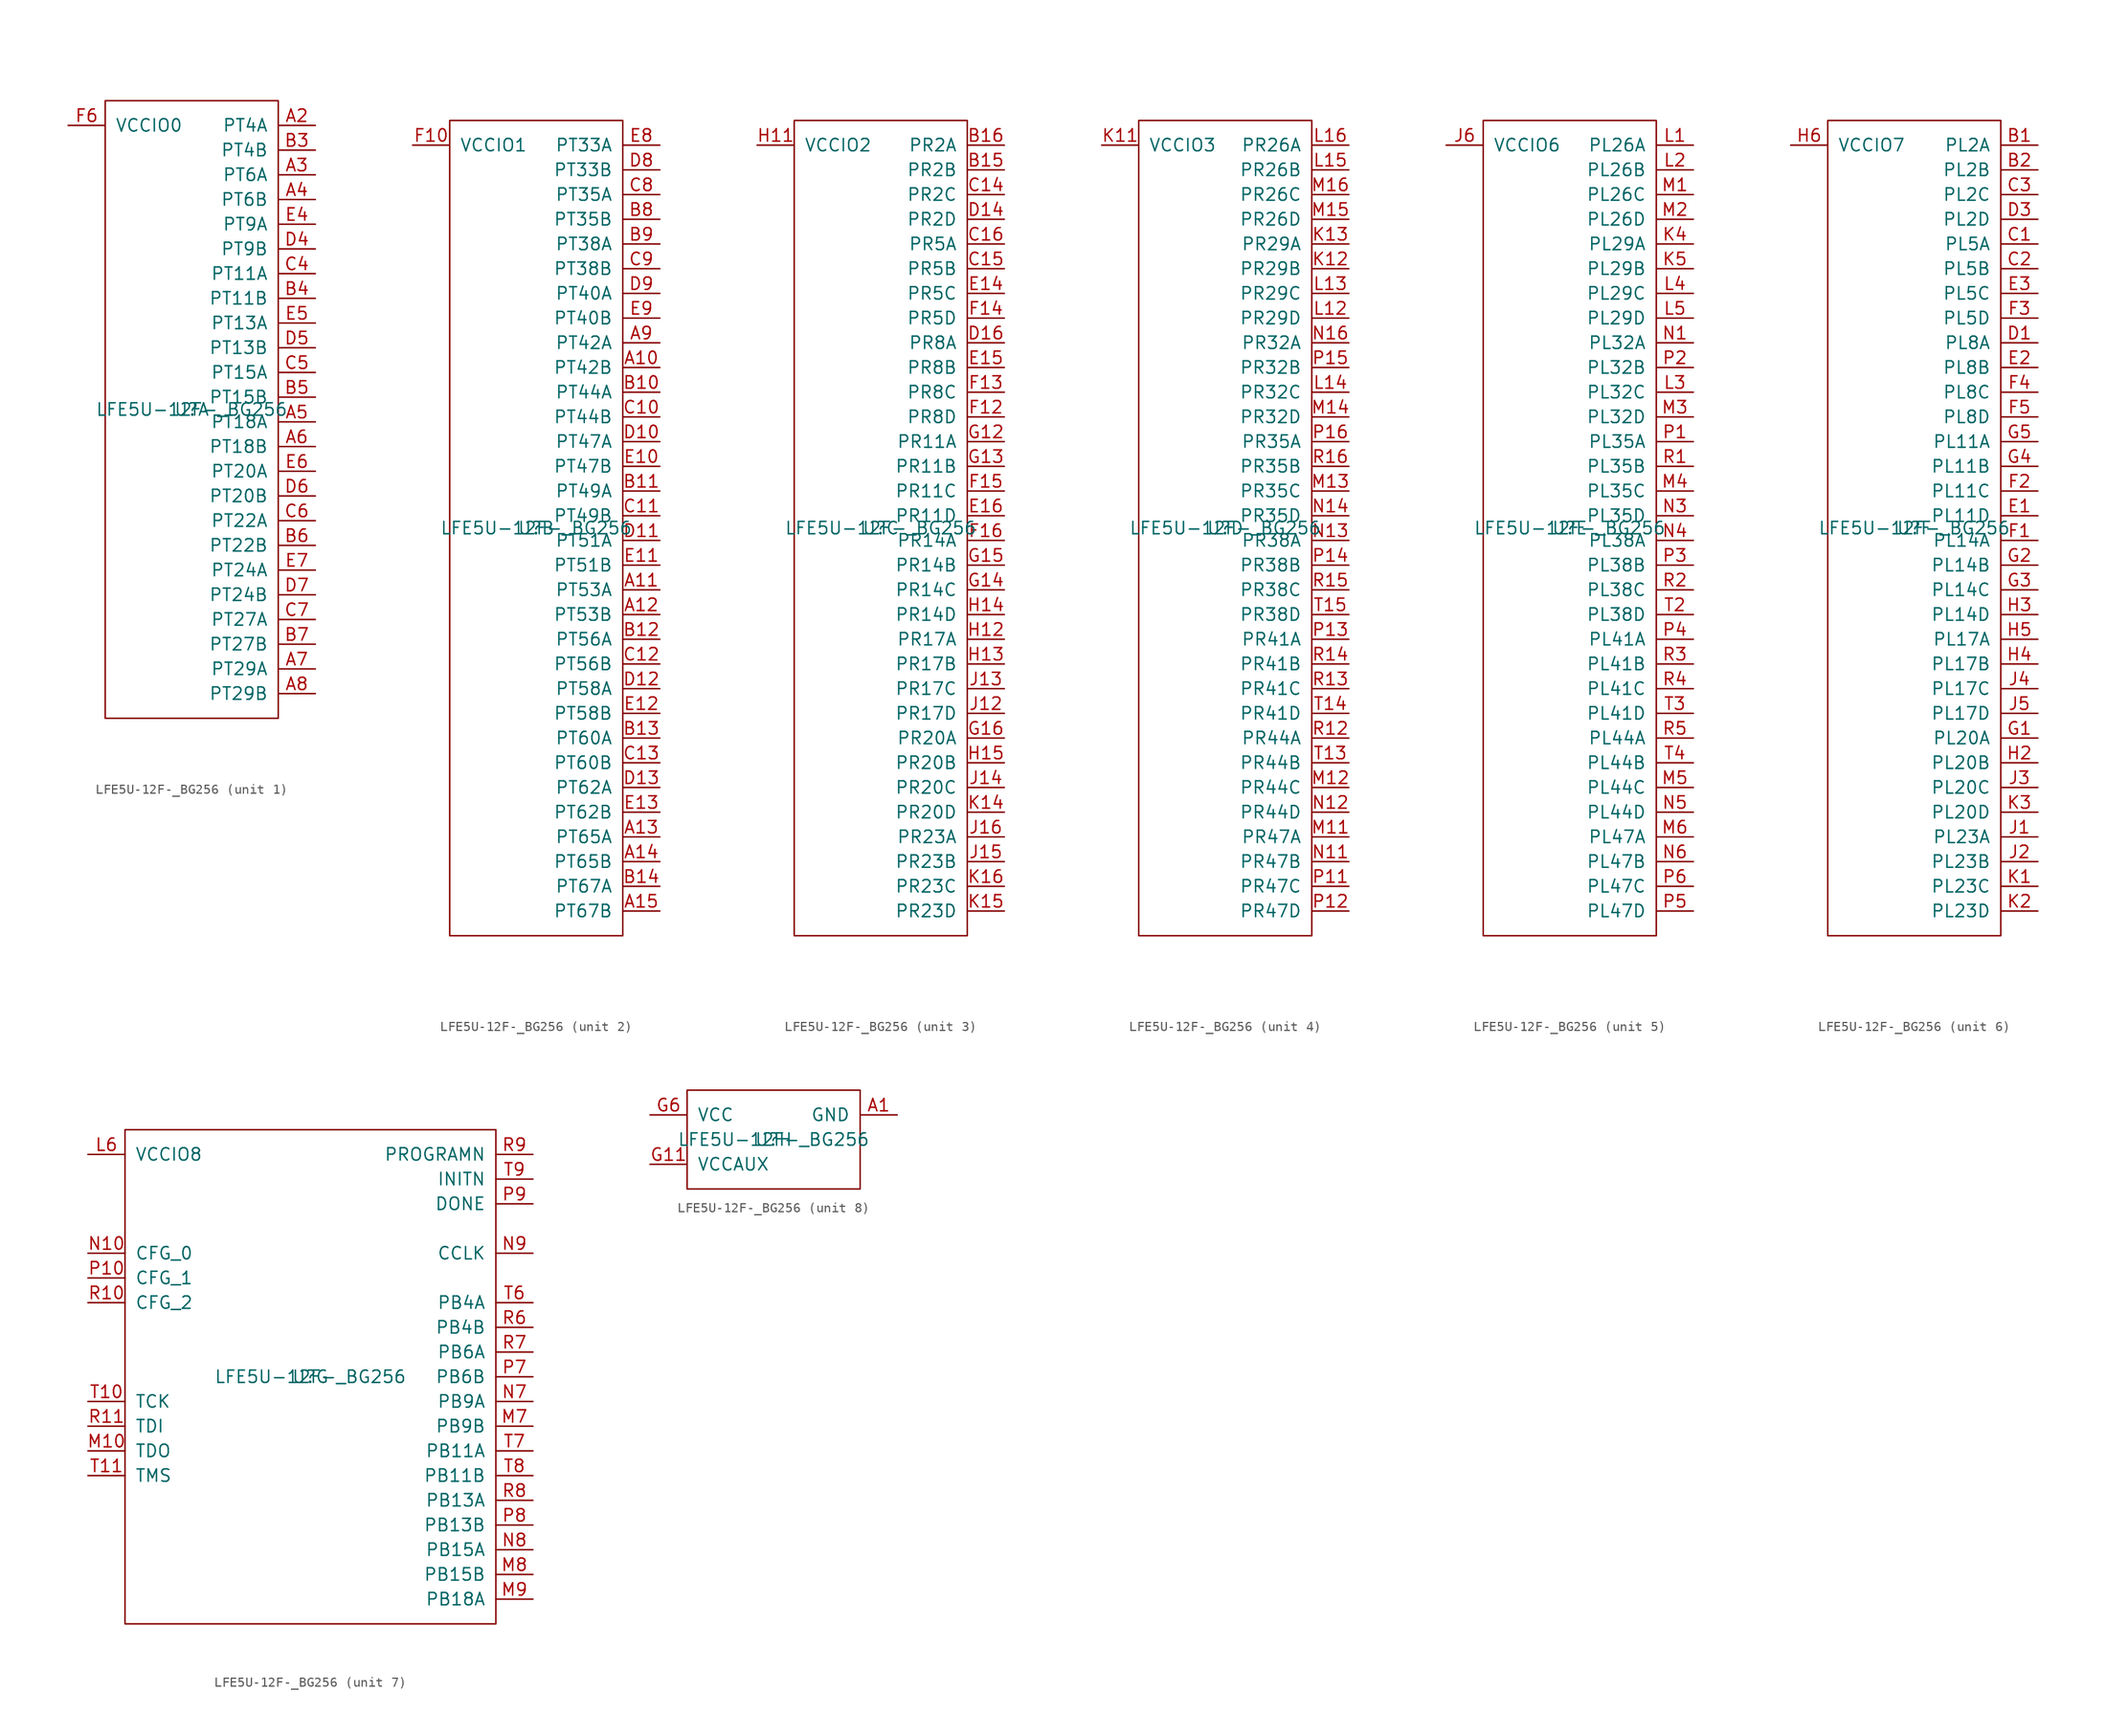
<source format=kicad_sym>
(kicad_symbol_lib
  (version 20201005)
  (generator kicad_symbol_editor)
  (symbol "lattice:LFE5U-12F-_BG256"
    (pin_names
      (offset 1.016))
    (property "Reference" "U"
      (at 0 0 0)
      (effects (font (size 1.27 1.27))))
    (property "Value" "LFE5U-12F-_BG256"
      (at 0 0 0)
      (effects (font (size 1.27 1.27))))
    (property "ki_locked" ""
      (at 0 0 0)
      (effects (font (size 1.27 1.27))))
    (symbol "LFE5U-12F-_BG256_1_1"
      (rectangle (start -8.89 31.75) (end 8.89 -31.75) (stroke (width 0)) (fill (type none)))
      (pin bidirectional line (at 12.7 29.21 180) (length 3.81) (name "PT4A" (effects (font (size 1.27 1.27)))) (number "A2" (effects (font (size 1.27 1.27)))))
      (pin bidirectional line (at 12.7 24.13 180) (length 3.81) (name "PT6A" (effects (font (size 1.27 1.27)))) (number "A3" (effects (font (size 1.27 1.27)))))
      (pin bidirectional line (at 12.7 21.59 180) (length 3.81) (name "PT6B" (effects (font (size 1.27 1.27)))) (number "A4" (effects (font (size 1.27 1.27)))))
      (pin bidirectional line (at 12.7 -1.27 180) (length 3.81) (name "PT18A" (effects (font (size 1.27 1.27)))) (number "A5" (effects (font (size 1.27 1.27)))))
      (pin bidirectional line (at 12.7 -3.81 180) (length 3.81) (name "PT18B" (effects (font (size 1.27 1.27)))) (number "A6" (effects (font (size 1.27 1.27)))))
      (pin bidirectional line (at 12.7 -26.67 180) (length 3.81) (name "PT29A" (effects (font (size 1.27 1.27)))) (number "A7" (effects (font (size 1.27 1.27)))) (alternate "PCLKT0_0" input line))
      (pin bidirectional line (at 12.7 -29.21 180) (length 3.81) (name "PT29B" (effects (font (size 1.27 1.27)))) (number "A8" (effects (font (size 1.27 1.27)))) (alternate "PCLKC0_0" input line))
      (pin bidirectional line (at 12.7 26.67 180) (length 3.81) (name "PT4B" (effects (font (size 1.27 1.27)))) (number "B3" (effects (font (size 1.27 1.27)))))
      (pin bidirectional line (at 12.7 11.43 180) (length 3.81) (name "PT11B" (effects (font (size 1.27 1.27)))) (number "B4" (effects (font (size 1.27 1.27)))))
      (pin bidirectional line (at 12.7 1.27 180) (length 3.81) (name "PT15B" (effects (font (size 1.27 1.27)))) (number "B5" (effects (font (size 1.27 1.27)))))
      (pin bidirectional line (at 12.7 -13.97 180) (length 3.81) (name "PT22B" (effects (font (size 1.27 1.27)))) (number "B6" (effects (font (size 1.27 1.27)))))
      (pin bidirectional line (at 12.7 -24.13 180) (length 3.81) (name "PT27B" (effects (font (size 1.27 1.27)))) (number "B7" (effects (font (size 1.27 1.27)))) (alternate "PCLKC0_1" input line))
      (pin bidirectional line (at 12.7 13.97 180) (length 3.81) (name "PT11A" (effects (font (size 1.27 1.27)))) (number "C4" (effects (font (size 1.27 1.27)))))
      (pin bidirectional line (at 12.7 3.81 180) (length 3.81) (name "PT15A" (effects (font (size 1.27 1.27)))) (number "C5" (effects (font (size 1.27 1.27)))))
      (pin bidirectional line (at 12.7 -11.43 180) (length 3.81) (name "PT22A" (effects (font (size 1.27 1.27)))) (number "C6" (effects (font (size 1.27 1.27)))))
      (pin bidirectional line (at 12.7 -21.59 180) (length 3.81) (name "PT27A" (effects (font (size 1.27 1.27)))) (number "C7" (effects (font (size 1.27 1.27)))) (alternate "PCLKT0_1" input line))
      (pin bidirectional line (at 12.7 16.51 180) (length 3.81) (name "PT9B" (effects (font (size 1.27 1.27)))) (number "D4" (effects (font (size 1.27 1.27)))))
      (pin bidirectional line (at 12.7 6.35 180) (length 3.81) (name "PT13B" (effects (font (size 1.27 1.27)))) (number "D5" (effects (font (size 1.27 1.27)))))
      (pin bidirectional line (at 12.7 -8.89 180) (length 3.81) (name "PT20B" (effects (font (size 1.27 1.27)))) (number "D6" (effects (font (size 1.27 1.27)))))
      (pin bidirectional line (at 12.7 -19.05 180) (length 3.81) (name "PT24B" (effects (font (size 1.27 1.27)))) (number "D7" (effects (font (size 1.27 1.27)))) (alternate "GR_PCLK0_0" input line))
      (pin bidirectional line (at 12.7 19.05 180) (length 3.81) (name "PT9A" (effects (font (size 1.27 1.27)))) (number "E4" (effects (font (size 1.27 1.27)))))
      (pin bidirectional line (at 12.7 8.89 180) (length 3.81) (name "PT13A" (effects (font (size 1.27 1.27)))) (number "E5" (effects (font (size 1.27 1.27)))))
      (pin bidirectional line (at 12.7 -6.35 180) (length 3.81) (name "PT20A" (effects (font (size 1.27 1.27)))) (number "E6" (effects (font (size 1.27 1.27)))))
      (pin bidirectional line (at 12.7 -16.51 180) (length 3.81) (name "PT24A" (effects (font (size 1.27 1.27)))) (number "E7" (effects (font (size 1.27 1.27)))) (alternate "GR_PCLK0_1" input line))
      (pin power_in line (at -12.7 29.21 0) (length 3.81) (name "VCCIO0" (effects (font (size 1.27 1.27)))) (number "F6" (effects (font (size 1.27 1.27)))))
      (pin passive line (at -12.7 29.21 0) (length 3.81) hide (name "VCCIO0" (effects (font (size 1.27 1.27)))) (number "F7" (effects (font (size 1.27 1.27))))))
    (symbol "LFE5U-12F-_BG256_2_1"
      (rectangle (start -8.89 41.91) (end 8.89 -41.91) (stroke (width 0)) (fill (type none)))
      (pin bidirectional line (at 12.7 16.51 180) (length 3.81) (name "PT42B" (effects (font (size 1.27 1.27)))) (number "A10" (effects (font (size 1.27 1.27)))))
      (pin bidirectional line (at 12.7 -6.35 180) (length 3.81) (name "PT53A" (effects (font (size 1.27 1.27)))) (number "A11" (effects (font (size 1.27 1.27)))))
      (pin bidirectional line (at 12.7 -8.89 180) (length 3.81) (name "PT53B" (effects (font (size 1.27 1.27)))) (number "A12" (effects (font (size 1.27 1.27)))))
      (pin bidirectional line (at 12.7 -31.75 180) (length 3.81) (name "PT65A" (effects (font (size 1.27 1.27)))) (number "A13" (effects (font (size 1.27 1.27)))))
      (pin bidirectional line (at 12.7 -34.29 180) (length 3.81) (name "PT65B" (effects (font (size 1.27 1.27)))) (number "A14" (effects (font (size 1.27 1.27)))))
      (pin bidirectional line (at 12.7 -39.37 180) (length 3.81) (name "PT67B" (effects (font (size 1.27 1.27)))) (number "A15" (effects (font (size 1.27 1.27)))))
      (pin bidirectional line (at 12.7 19.05 180) (length 3.81) (name "PT42A" (effects (font (size 1.27 1.27)))) (number "A9" (effects (font (size 1.27 1.27)))))
      (pin bidirectional line (at 12.7 13.97 180) (length 3.81) (name "PT44A" (effects (font (size 1.27 1.27)))) (number "B10" (effects (font (size 1.27 1.27)))))
      (pin bidirectional line (at 12.7 3.81 180) (length 3.81) (name "PT49A" (effects (font (size 1.27 1.27)))) (number "B11" (effects (font (size 1.27 1.27)))))
      (pin bidirectional line (at 12.7 -11.43 180) (length 3.81) (name "PT56A" (effects (font (size 1.27 1.27)))) (number "B12" (effects (font (size 1.27 1.27)))))
      (pin bidirectional line (at 12.7 -21.59 180) (length 3.81) (name "PT60A" (effects (font (size 1.27 1.27)))) (number "B13" (effects (font (size 1.27 1.27)))))
      (pin bidirectional line (at 12.7 -36.83 180) (length 3.81) (name "PT67A" (effects (font (size 1.27 1.27)))) (number "B14" (effects (font (size 1.27 1.27)))))
      (pin bidirectional line (at 12.7 31.75 180) (length 3.81) (name "PT35B" (effects (font (size 1.27 1.27)))) (number "B8" (effects (font (size 1.27 1.27)))) (alternate "PCLKC1_0" input line))
      (pin bidirectional line (at 12.7 29.21 180) (length 3.81) (name "PT38A" (effects (font (size 1.27 1.27)))) (number "B9" (effects (font (size 1.27 1.27)))) (alternate "GR_PCLK1_0" input line))
      (pin bidirectional line (at 12.7 11.43 180) (length 3.81) (name "PT44B" (effects (font (size 1.27 1.27)))) (number "C10" (effects (font (size 1.27 1.27)))))
      (pin bidirectional line (at 12.7 1.27 180) (length 3.81) (name "PT49B" (effects (font (size 1.27 1.27)))) (number "C11" (effects (font (size 1.27 1.27)))))
      (pin bidirectional line (at 12.7 -13.97 180) (length 3.81) (name "PT56B" (effects (font (size 1.27 1.27)))) (number "C12" (effects (font (size 1.27 1.27)))))
      (pin bidirectional line (at 12.7 -24.13 180) (length 3.81) (name "PT60B" (effects (font (size 1.27 1.27)))) (number "C13" (effects (font (size 1.27 1.27)))))
      (pin bidirectional line (at 12.7 34.29 180) (length 3.81) (name "PT35A" (effects (font (size 1.27 1.27)))) (number "C8" (effects (font (size 1.27 1.27)))) (alternate "PCLKT1_0" input line))
      (pin bidirectional line (at 12.7 26.67 180) (length 3.81) (name "PT38B" (effects (font (size 1.27 1.27)))) (number "C9" (effects (font (size 1.27 1.27)))) (alternate "GR_PCLK1_1" input line))
      (pin bidirectional line (at 12.7 8.89 180) (length 3.81) (name "PT47A" (effects (font (size 1.27 1.27)))) (number "D10" (effects (font (size 1.27 1.27)))))
      (pin bidirectional line (at 12.7 -1.27 180) (length 3.81) (name "PT51A" (effects (font (size 1.27 1.27)))) (number "D11" (effects (font (size 1.27 1.27)))))
      (pin bidirectional line (at 12.7 -16.51 180) (length 3.81) (name "PT58A" (effects (font (size 1.27 1.27)))) (number "D12" (effects (font (size 1.27 1.27)))))
      (pin bidirectional line (at 12.7 -26.67 180) (length 3.81) (name "PT62A" (effects (font (size 1.27 1.27)))) (number "D13" (effects (font (size 1.27 1.27)))))
      (pin bidirectional line (at 12.7 36.83 180) (length 3.81) (name "PT33B" (effects (font (size 1.27 1.27)))) (number "D8" (effects (font (size 1.27 1.27)))) (alternate "PCLKC1_1" input line))
      (pin bidirectional line (at 12.7 24.13 180) (length 3.81) (name "PT40A" (effects (font (size 1.27 1.27)))) (number "D9" (effects (font (size 1.27 1.27)))))
      (pin bidirectional line (at 12.7 6.35 180) (length 3.81) (name "PT47B" (effects (font (size 1.27 1.27)))) (number "E10" (effects (font (size 1.27 1.27)))))
      (pin bidirectional line (at 12.7 -3.81 180) (length 3.81) (name "PT51B" (effects (font (size 1.27 1.27)))) (number "E11" (effects (font (size 1.27 1.27)))))
      (pin bidirectional line (at 12.7 -19.05 180) (length 3.81) (name "PT58B" (effects (font (size 1.27 1.27)))) (number "E12" (effects (font (size 1.27 1.27)))))
      (pin bidirectional line (at 12.7 -29.21 180) (length 3.81) (name "PT62B" (effects (font (size 1.27 1.27)))) (number "E13" (effects (font (size 1.27 1.27)))))
      (pin bidirectional line (at 12.7 39.37 180) (length 3.81) (name "PT33A" (effects (font (size 1.27 1.27)))) (number "E8" (effects (font (size 1.27 1.27)))) (alternate "PCLKT1_1" input line))
      (pin bidirectional line (at 12.7 21.59 180) (length 3.81) (name "PT40B" (effects (font (size 1.27 1.27)))) (number "E9" (effects (font (size 1.27 1.27)))))
      (pin power_in line (at -12.7 39.37 0) (length 3.81) (name "VCCIO1" (effects (font (size 1.27 1.27)))) (number "F10" (effects (font (size 1.27 1.27)))))
      (pin passive line (at -12.7 39.37 0) (length 3.81) hide (name "VCCIO1" (effects (font (size 1.27 1.27)))) (number "F11" (effects (font (size 1.27 1.27))))))
    (symbol "LFE5U-12F-_BG256_3_1"
      (rectangle (start -8.89 41.91) (end 8.89 -41.91) (stroke (width 0)) (fill (type none)))
      (pin bidirectional line (at 12.7 36.83 180) (length 3.81) (name "PR2B" (effects (font (size 1.27 1.27)))) (number "B15" (effects (font (size 1.27 1.27)))) (alternate "S0_IN" input line))
      (pin bidirectional line (at 12.7 39.37 180) (length 3.81) (name "PR2A" (effects (font (size 1.27 1.27)))) (number "B16" (effects (font (size 1.27 1.27)))))
      (pin bidirectional line (at 12.7 34.29 180) (length 3.81) (name "PR2C" (effects (font (size 1.27 1.27)))) (number "C14" (effects (font (size 1.27 1.27)))))
      (pin bidirectional line (at 12.7 26.67 180) (length 3.81) (name "PR5B" (effects (font (size 1.27 1.27)))) (number "C15" (effects (font (size 1.27 1.27)))))
      (pin bidirectional line (at 12.7 29.21 180) (length 3.81) (name "PR5A" (effects (font (size 1.27 1.27)))) (number "C16" (effects (font (size 1.27 1.27)))))
      (pin bidirectional line (at 12.7 31.75 180) (length 3.81) (name "PR2D" (effects (font (size 1.27 1.27)))) (number "D14" (effects (font (size 1.27 1.27)))))
      (pin bidirectional line (at 12.7 19.05 180) (length 3.81) (name "PR8A" (effects (font (size 1.27 1.27)))) (number "D16" (effects (font (size 1.27 1.27)))))
      (pin bidirectional line (at 12.7 24.13 180) (length 3.81) (name "PR5C" (effects (font (size 1.27 1.27)))) (number "E14" (effects (font (size 1.27 1.27)))))
      (pin bidirectional line (at 12.7 16.51 180) (length 3.81) (name "PR8B" (effects (font (size 1.27 1.27)))) (number "E15" (effects (font (size 1.27 1.27)))))
      (pin bidirectional line (at 12.7 1.27 180) (length 3.81) (name "PR11D" (effects (font (size 1.27 1.27)))) (number "E16" (effects (font (size 1.27 1.27)))))
      (pin bidirectional line (at 12.7 11.43 180) (length 3.81) (name "PR8D" (effects (font (size 1.27 1.27)))) (number "F12" (effects (font (size 1.27 1.27)))))
      (pin bidirectional line (at 12.7 13.97 180) (length 3.81) (name "PR8C" (effects (font (size 1.27 1.27)))) (number "F13" (effects (font (size 1.27 1.27)))))
      (pin bidirectional line (at 12.7 21.59 180) (length 3.81) (name "PR5D" (effects (font (size 1.27 1.27)))) (number "F14" (effects (font (size 1.27 1.27)))))
      (pin bidirectional line (at 12.7 3.81 180) (length 3.81) (name "PR11C" (effects (font (size 1.27 1.27)))) (number "F15" (effects (font (size 1.27 1.27)))))
      (pin bidirectional line (at 12.7 -1.27 180) (length 3.81) (name "PR14A" (effects (font (size 1.27 1.27)))) (number "F16" (effects (font (size 1.27 1.27)))))
      (pin bidirectional line (at 12.7 8.89 180) (length 3.81) (name "PR11A" (effects (font (size 1.27 1.27)))) (number "G12" (effects (font (size 1.27 1.27)))))
      (pin bidirectional line (at 12.7 6.35 180) (length 3.81) (name "PR11B" (effects (font (size 1.27 1.27)))) (number "G13" (effects (font (size 1.27 1.27)))))
      (pin bidirectional line (at 12.7 -6.35 180) (length 3.81) (name "PR14C" (effects (font (size 1.27 1.27)))) (number "G14" (effects (font (size 1.27 1.27)))) (alternate "VREF1_2" input line))
      (pin bidirectional line (at 12.7 -3.81 180) (length 3.81) (name "PR14B" (effects (font (size 1.27 1.27)))) (number "G15" (effects (font (size 1.27 1.27)))))
      (pin bidirectional line (at 12.7 -21.59 180) (length 3.81) (name "PR20A" (effects (font (size 1.27 1.27)))) (number "G16" (effects (font (size 1.27 1.27)))) (alternate "GR_PCLK2_1" input line))
      (pin power_in line (at -12.7 39.37 0) (length 3.81) (name "VCCIO2" (effects (font (size 1.27 1.27)))) (number "H11" (effects (font (size 1.27 1.27)))))
      (pin bidirectional line (at 12.7 -11.43 180) (length 3.81) (name "PR17A" (effects (font (size 1.27 1.27)))) (number "H12" (effects (font (size 1.27 1.27)))))
      (pin bidirectional line (at 12.7 -13.97 180) (length 3.81) (name "PR17B" (effects (font (size 1.27 1.27)))) (number "H13" (effects (font (size 1.27 1.27)))))
      (pin bidirectional line (at 12.7 -8.89 180) (length 3.81) (name "PR14D" (effects (font (size 1.27 1.27)))) (number "H14" (effects (font (size 1.27 1.27)))))
      (pin bidirectional line (at 12.7 -24.13 180) (length 3.81) (name "PR20B" (effects (font (size 1.27 1.27)))) (number "H15" (effects (font (size 1.27 1.27)))))
      (pin passive line (at -12.7 39.37 0) (length 3.81) hide (name "VCCIO2" (effects (font (size 1.27 1.27)))) (number "J11" (effects (font (size 1.27 1.27)))))
      (pin bidirectional line (at 12.7 -19.05 180) (length 3.81) (name "PR17D" (effects (font (size 1.27 1.27)))) (number "J12" (effects (font (size 1.27 1.27)))))
      (pin bidirectional line (at 12.7 -16.51 180) (length 3.81) (name "PR17C" (effects (font (size 1.27 1.27)))) (number "J13" (effects (font (size 1.27 1.27)))))
      (pin bidirectional line (at 12.7 -26.67 180) (length 3.81) (name "PR20C" (effects (font (size 1.27 1.27)))) (number "J14" (effects (font (size 1.27 1.27)))) (alternate "GR_PCLK2_0" input line))
      (pin bidirectional line (at 12.7 -34.29 180) (length 3.81) (name "PR23B" (effects (font (size 1.27 1.27)))) (number "J15" (effects (font (size 1.27 1.27)))) (alternate "PCLKC2_1" input line))
      (pin bidirectional line (at 12.7 -31.75 180) (length 3.81) (name "PR23A" (effects (font (size 1.27 1.27)))) (number "J16" (effects (font (size 1.27 1.27)))) (alternate "PCLKT2_1" input line))
      (pin bidirectional line (at 12.7 -29.21 180) (length 3.81) (name "PR20D" (effects (font (size 1.27 1.27)))) (number "K14" (effects (font (size 1.27 1.27)))))
      (pin bidirectional line (at 12.7 -39.37 180) (length 3.81) (name "PR23D" (effects (font (size 1.27 1.27)))) (number "K15" (effects (font (size 1.27 1.27)))) (alternate "PCLKC2_0" input line))
      (pin bidirectional line (at 12.7 -36.83 180) (length 3.81) (name "PR23C" (effects (font (size 1.27 1.27)))) (number "K16" (effects (font (size 1.27 1.27)))) (alternate "PCLKT2_0" input line)))
    (symbol "LFE5U-12F-_BG256_4_1"
      (rectangle (start -8.89 41.91) (end 8.89 -41.91) (stroke (width 0)) (fill (type none)))
      (pin power_in line (at -12.7 39.37 0) (length 3.81) (name "VCCIO3" (effects (font (size 1.27 1.27)))) (number "K11" (effects (font (size 1.27 1.27)))))
      (pin bidirectional line (at 12.7 26.67 180) (length 3.81) (name "PR29B" (effects (font (size 1.27 1.27)))) (number "K12" (effects (font (size 1.27 1.27)))))
      (pin bidirectional line (at 12.7 29.21 180) (length 3.81) (name "PR29A" (effects (font (size 1.27 1.27)))) (number "K13" (effects (font (size 1.27 1.27)))) (alternate "GR_PCLK3_0" input line))
      (pin passive line (at -12.7 39.37 0) (length 3.81) hide (name "VCCIO3" (effects (font (size 1.27 1.27)))) (number "L11" (effects (font (size 1.27 1.27)))))
      (pin bidirectional line (at 12.7 21.59 180) (length 3.81) (name "PR29D" (effects (font (size 1.27 1.27)))) (number "L12" (effects (font (size 1.27 1.27)))))
      (pin bidirectional line (at 12.7 24.13 180) (length 3.81) (name "PR29C" (effects (font (size 1.27 1.27)))) (number "L13" (effects (font (size 1.27 1.27)))) (alternate "GR_PCLK3_1" input line))
      (pin bidirectional line (at 12.7 13.97 180) (length 3.81) (name "PR32C" (effects (font (size 1.27 1.27)))) (number "L14" (effects (font (size 1.27 1.27)))))
      (pin bidirectional line (at 12.7 36.83 180) (length 3.81) (name "PR26B" (effects (font (size 1.27 1.27)))) (number "L15" (effects (font (size 1.27 1.27)))) (alternate "PCLKC3_1" input line))
      (pin bidirectional line (at 12.7 39.37 180) (length 3.81) (name "PR26A" (effects (font (size 1.27 1.27)))) (number "L16" (effects (font (size 1.27 1.27)))) (alternate "PCLKT3_1" input line))
      (pin bidirectional line (at 12.7 -31.75 180) (length 3.81) (name "PR47A" (effects (font (size 1.27 1.27)))) (number "M11" (effects (font (size 1.27 1.27)))))
      (pin bidirectional line (at 12.7 -26.67 180) (length 3.81) (name "PR44C" (effects (font (size 1.27 1.27)))) (number "M12" (effects (font (size 1.27 1.27)))))
      (pin bidirectional line (at 12.7 3.81 180) (length 3.81) (name "PR35C" (effects (font (size 1.27 1.27)))) (number "M13" (effects (font (size 1.27 1.27)))))
      (pin bidirectional line (at 12.7 11.43 180) (length 3.81) (name "PR32D" (effects (font (size 1.27 1.27)))) (number "M14" (effects (font (size 1.27 1.27)))))
      (pin bidirectional line (at 12.7 31.75 180) (length 3.81) (name "PR26D" (effects (font (size 1.27 1.27)))) (number "M15" (effects (font (size 1.27 1.27)))) (alternate "PCLKC3_0" input line))
      (pin bidirectional line (at 12.7 34.29 180) (length 3.81) (name "PR26C" (effects (font (size 1.27 1.27)))) (number "M16" (effects (font (size 1.27 1.27)))) (alternate "PCLKT3_0" input line))
      (pin bidirectional line (at 12.7 -34.29 180) (length 3.81) (name "PR47B" (effects (font (size 1.27 1.27)))) (number "N11" (effects (font (size 1.27 1.27)))))
      (pin bidirectional line (at 12.7 -29.21 180) (length 3.81) (name "PR44D" (effects (font (size 1.27 1.27)))) (number "N12" (effects (font (size 1.27 1.27)))))
      (pin bidirectional line (at 12.7 -1.27 180) (length 3.81) (name "PR38A" (effects (font (size 1.27 1.27)))) (number "N13" (effects (font (size 1.27 1.27)))))
      (pin bidirectional line (at 12.7 1.27 180) (length 3.81) (name "PR35D" (effects (font (size 1.27 1.27)))) (number "N14" (effects (font (size 1.27 1.27)))))
      (pin bidirectional line (at 12.7 19.05 180) (length 3.81) (name "PR32A" (effects (font (size 1.27 1.27)))) (number "N16" (effects (font (size 1.27 1.27)))))
      (pin bidirectional line (at 12.7 -36.83 180) (length 3.81) (name "PR47C" (effects (font (size 1.27 1.27)))) (number "P11" (effects (font (size 1.27 1.27)))) (alternate "LRC_GPLL0T_IN" input line))
      (pin bidirectional line (at 12.7 -39.37 180) (length 3.81) (name "PR47D" (effects (font (size 1.27 1.27)))) (number "P12" (effects (font (size 1.27 1.27)))) (alternate "LRC_GPLL0C_IN" input line))
      (pin bidirectional line (at 12.7 -11.43 180) (length 3.81) (name "PR41A" (effects (font (size 1.27 1.27)))) (number "P13" (effects (font (size 1.27 1.27)))))
      (pin bidirectional line (at 12.7 -3.81 180) (length 3.81) (name "PR38B" (effects (font (size 1.27 1.27)))) (number "P14" (effects (font (size 1.27 1.27)))))
      (pin bidirectional line (at 12.7 16.51 180) (length 3.81) (name "PR32B" (effects (font (size 1.27 1.27)))) (number "P15" (effects (font (size 1.27 1.27)))))
      (pin bidirectional line (at 12.7 8.89 180) (length 3.81) (name "PR35A" (effects (font (size 1.27 1.27)))) (number "P16" (effects (font (size 1.27 1.27)))))
      (pin bidirectional line (at 12.7 -21.59 180) (length 3.81) (name "PR44A" (effects (font (size 1.27 1.27)))) (number "R12" (effects (font (size 1.27 1.27)))))
      (pin bidirectional line (at 12.7 -16.51 180) (length 3.81) (name "PR41C" (effects (font (size 1.27 1.27)))) (number "R13" (effects (font (size 1.27 1.27)))))
      (pin bidirectional line (at 12.7 -13.97 180) (length 3.81) (name "PR41B" (effects (font (size 1.27 1.27)))) (number "R14" (effects (font (size 1.27 1.27)))))
      (pin bidirectional line (at 12.7 -6.35 180) (length 3.81) (name "PR38C" (effects (font (size 1.27 1.27)))) (number "R15" (effects (font (size 1.27 1.27)))))
      (pin bidirectional line (at 12.7 6.35 180) (length 3.81) (name "PR35B" (effects (font (size 1.27 1.27)))) (number "R16" (effects (font (size 1.27 1.27)))) (alternate "VREF1_3" input line))
      (pin bidirectional line (at 12.7 -24.13 180) (length 3.81) (name "PR44B" (effects (font (size 1.27 1.27)))) (number "T13" (effects (font (size 1.27 1.27)))))
      (pin bidirectional line (at 12.7 -19.05 180) (length 3.81) (name "PR41D" (effects (font (size 1.27 1.27)))) (number "T14" (effects (font (size 1.27 1.27)))))
      (pin bidirectional line (at 12.7 -8.89 180) (length 3.81) (name "PR38D" (effects (font (size 1.27 1.27)))) (number "T15" (effects (font (size 1.27 1.27))))))
    (symbol "LFE5U-12F-_BG256_5_1"
      (rectangle (start -8.89 41.91) (end 8.89 -41.91) (stroke (width 0)) (fill (type none)))
      (pin power_in line (at -12.7 39.37 0) (length 3.81) (name "VCCIO6" (effects (font (size 1.27 1.27)))) (number "J6" (effects (font (size 1.27 1.27)))))
      (pin passive line (at -12.7 39.37 0) (length 3.81) hide (name "VCCIO6" (effects (font (size 1.27 1.27)))) (number "J7" (effects (font (size 1.27 1.27)))))
      (pin bidirectional line (at 12.7 29.21 180) (length 3.81) (name "PL29A" (effects (font (size 1.27 1.27)))) (number "K4" (effects (font (size 1.27 1.27)))) (alternate "GR_PCLK6_0" input line))
      (pin bidirectional line (at 12.7 26.67 180) (length 3.81) (name "PL29B" (effects (font (size 1.27 1.27)))) (number "K5" (effects (font (size 1.27 1.27)))))
      (pin bidirectional line (at 12.7 39.37 180) (length 3.81) (name "PL26A" (effects (font (size 1.27 1.27)))) (number "L1" (effects (font (size 1.27 1.27)))) (alternate "PCLKT6_1" input line))
      (pin bidirectional line (at 12.7 36.83 180) (length 3.81) (name "PL26B" (effects (font (size 1.27 1.27)))) (number "L2" (effects (font (size 1.27 1.27)))) (alternate "PCLKC6_1" input line))
      (pin bidirectional line (at 12.7 13.97 180) (length 3.81) (name "PL32C" (effects (font (size 1.27 1.27)))) (number "L3" (effects (font (size 1.27 1.27)))))
      (pin bidirectional line (at 12.7 24.13 180) (length 3.81) (name "PL29C" (effects (font (size 1.27 1.27)))) (number "L4" (effects (font (size 1.27 1.27)))) (alternate "GR_PCLK6_1" input line))
      (pin bidirectional line (at 12.7 21.59 180) (length 3.81) (name "PL29D" (effects (font (size 1.27 1.27)))) (number "L5" (effects (font (size 1.27 1.27)))))
      (pin bidirectional line (at 12.7 34.29 180) (length 3.81) (name "PL26C" (effects (font (size 1.27 1.27)))) (number "M1" (effects (font (size 1.27 1.27)))) (alternate "PCLKT6_0" input line))
      (pin bidirectional line (at 12.7 31.75 180) (length 3.81) (name "PL26D" (effects (font (size 1.27 1.27)))) (number "M2" (effects (font (size 1.27 1.27)))) (alternate "PCLKC6_0" input line))
      (pin bidirectional line (at 12.7 11.43 180) (length 3.81) (name "PL32D" (effects (font (size 1.27 1.27)))) (number "M3" (effects (font (size 1.27 1.27)))))
      (pin bidirectional line (at 12.7 3.81 180) (length 3.81) (name "PL35C" (effects (font (size 1.27 1.27)))) (number "M4" (effects (font (size 1.27 1.27)))))
      (pin bidirectional line (at 12.7 -26.67 180) (length 3.81) (name "PL44C" (effects (font (size 1.27 1.27)))) (number "M5" (effects (font (size 1.27 1.27)))))
      (pin bidirectional line (at 12.7 -31.75 180) (length 3.81) (name "PL47A" (effects (font (size 1.27 1.27)))) (number "M6" (effects (font (size 1.27 1.27)))))
      (pin bidirectional line (at 12.7 19.05 180) (length 3.81) (name "PL32A" (effects (font (size 1.27 1.27)))) (number "N1" (effects (font (size 1.27 1.27)))))
      (pin bidirectional line (at 12.7 1.27 180) (length 3.81) (name "PL35D" (effects (font (size 1.27 1.27)))) (number "N3" (effects (font (size 1.27 1.27)))))
      (pin bidirectional line (at 12.7 -1.27 180) (length 3.81) (name "PL38A" (effects (font (size 1.27 1.27)))) (number "N4" (effects (font (size 1.27 1.27)))))
      (pin bidirectional line (at 12.7 -29.21 180) (length 3.81) (name "PL44D" (effects (font (size 1.27 1.27)))) (number "N5" (effects (font (size 1.27 1.27)))))
      (pin bidirectional line (at 12.7 -34.29 180) (length 3.81) (name "PL47B" (effects (font (size 1.27 1.27)))) (number "N6" (effects (font (size 1.27 1.27)))))
      (pin bidirectional line (at 12.7 8.89 180) (length 3.81) (name "PL35A" (effects (font (size 1.27 1.27)))) (number "P1" (effects (font (size 1.27 1.27)))))
      (pin bidirectional line (at 12.7 16.51 180) (length 3.81) (name "PL32B" (effects (font (size 1.27 1.27)))) (number "P2" (effects (font (size 1.27 1.27)))))
      (pin bidirectional line (at 12.7 -3.81 180) (length 3.81) (name "PL38B" (effects (font (size 1.27 1.27)))) (number "P3" (effects (font (size 1.27 1.27)))))
      (pin bidirectional line (at 12.7 -11.43 180) (length 3.81) (name "PL41A" (effects (font (size 1.27 1.27)))) (number "P4" (effects (font (size 1.27 1.27)))))
      (pin bidirectional line (at 12.7 -39.37 180) (length 3.81) (name "PL47D" (effects (font (size 1.27 1.27)))) (number "P5" (effects (font (size 1.27 1.27)))) (alternate "LLC_GPLL0C_IN" input line))
      (pin bidirectional line (at 12.7 -36.83 180) (length 3.81) (name "PL47C" (effects (font (size 1.27 1.27)))) (number "P6" (effects (font (size 1.27 1.27)))) (alternate "LLC_GPLL0T_IN" input line))
      (pin bidirectional line (at 12.7 6.35 180) (length 3.81) (name "PL35B" (effects (font (size 1.27 1.27)))) (number "R1" (effects (font (size 1.27 1.27)))) (alternate "VREF1_6" input line))
      (pin bidirectional line (at 12.7 -6.35 180) (length 3.81) (name "PL38C" (effects (font (size 1.27 1.27)))) (number "R2" (effects (font (size 1.27 1.27)))))
      (pin bidirectional line (at 12.7 -13.97 180) (length 3.81) (name "PL41B" (effects (font (size 1.27 1.27)))) (number "R3" (effects (font (size 1.27 1.27)))))
      (pin bidirectional line (at 12.7 -16.51 180) (length 3.81) (name "PL41C" (effects (font (size 1.27 1.27)))) (number "R4" (effects (font (size 1.27 1.27)))))
      (pin bidirectional line (at 12.7 -21.59 180) (length 3.81) (name "PL44A" (effects (font (size 1.27 1.27)))) (number "R5" (effects (font (size 1.27 1.27)))))
      (pin bidirectional line (at 12.7 -8.89 180) (length 3.81) (name "PL38D" (effects (font (size 1.27 1.27)))) (number "T2" (effects (font (size 1.27 1.27)))))
      (pin bidirectional line (at 12.7 -19.05 180) (length 3.81) (name "PL41D" (effects (font (size 1.27 1.27)))) (number "T3" (effects (font (size 1.27 1.27)))))
      (pin bidirectional line (at 12.7 -24.13 180) (length 3.81) (name "PL44B" (effects (font (size 1.27 1.27)))) (number "T4" (effects (font (size 1.27 1.27))))))
    (symbol "LFE5U-12F-_BG256_6_1"
      (rectangle (start -8.89 41.91) (end 8.89 -41.91) (stroke (width 0)) (fill (type none)))
      (pin bidirectional line (at 12.7 39.37 180) (length 3.81) (name "PL2A" (effects (font (size 1.27 1.27)))) (number "B1" (effects (font (size 1.27 1.27)))))
      (pin bidirectional line (at 12.7 36.83 180) (length 3.81) (name "PL2B" (effects (font (size 1.27 1.27)))) (number "B2" (effects (font (size 1.27 1.27)))))
      (pin bidirectional line (at 12.7 29.21 180) (length 3.81) (name "PL5A" (effects (font (size 1.27 1.27)))) (number "C1" (effects (font (size 1.27 1.27)))))
      (pin bidirectional line (at 12.7 26.67 180) (length 3.81) (name "PL5B" (effects (font (size 1.27 1.27)))) (number "C2" (effects (font (size 1.27 1.27)))))
      (pin bidirectional line (at 12.7 34.29 180) (length 3.81) (name "PL2C" (effects (font (size 1.27 1.27)))) (number "C3" (effects (font (size 1.27 1.27)))))
      (pin bidirectional line (at 12.7 19.05 180) (length 3.81) (name "PL8A" (effects (font (size 1.27 1.27)))) (number "D1" (effects (font (size 1.27 1.27)))))
      (pin bidirectional line (at 12.7 31.75 180) (length 3.81) (name "PL2D" (effects (font (size 1.27 1.27)))) (number "D3" (effects (font (size 1.27 1.27)))))
      (pin bidirectional line (at 12.7 1.27 180) (length 3.81) (name "PL11D" (effects (font (size 1.27 1.27)))) (number "E1" (effects (font (size 1.27 1.27)))))
      (pin bidirectional line (at 12.7 16.51 180) (length 3.81) (name "PL8B" (effects (font (size 1.27 1.27)))) (number "E2" (effects (font (size 1.27 1.27)))))
      (pin bidirectional line (at 12.7 24.13 180) (length 3.81) (name "PL5C" (effects (font (size 1.27 1.27)))) (number "E3" (effects (font (size 1.27 1.27)))))
      (pin bidirectional line (at 12.7 -1.27 180) (length 3.81) (name "PL14A" (effects (font (size 1.27 1.27)))) (number "F1" (effects (font (size 1.27 1.27)))))
      (pin bidirectional line (at 12.7 3.81 180) (length 3.81) (name "PL11C" (effects (font (size 1.27 1.27)))) (number "F2" (effects (font (size 1.27 1.27)))))
      (pin bidirectional line (at 12.7 21.59 180) (length 3.81) (name "PL5D" (effects (font (size 1.27 1.27)))) (number "F3" (effects (font (size 1.27 1.27)))))
      (pin bidirectional line (at 12.7 13.97 180) (length 3.81) (name "PL8C" (effects (font (size 1.27 1.27)))) (number "F4" (effects (font (size 1.27 1.27)))))
      (pin bidirectional line (at 12.7 11.43 180) (length 3.81) (name "PL8D" (effects (font (size 1.27 1.27)))) (number "F5" (effects (font (size 1.27 1.27)))))
      (pin bidirectional line (at 12.7 -21.59 180) (length 3.81) (name "PL20A" (effects (font (size 1.27 1.27)))) (number "G1" (effects (font (size 1.27 1.27)))) (alternate "GR_PCLK7_1" input line))
      (pin bidirectional line (at 12.7 -3.81 180) (length 3.81) (name "PL14B" (effects (font (size 1.27 1.27)))) (number "G2" (effects (font (size 1.27 1.27)))))
      (pin bidirectional line (at 12.7 -6.35 180) (length 3.81) (name "PL14C" (effects (font (size 1.27 1.27)))) (number "G3" (effects (font (size 1.27 1.27)))) (alternate "VREF1_7" input line))
      (pin bidirectional line (at 12.7 6.35 180) (length 3.81) (name "PL11B" (effects (font (size 1.27 1.27)))) (number "G4" (effects (font (size 1.27 1.27)))))
      (pin bidirectional line (at 12.7 8.89 180) (length 3.81) (name "PL11A" (effects (font (size 1.27 1.27)))) (number "G5" (effects (font (size 1.27 1.27)))))
      (pin bidirectional line (at 12.7 -24.13 180) (length 3.81) (name "PL20B" (effects (font (size 1.27 1.27)))) (number "H2" (effects (font (size 1.27 1.27)))))
      (pin bidirectional line (at 12.7 -8.89 180) (length 3.81) (name "PL14D" (effects (font (size 1.27 1.27)))) (number "H3" (effects (font (size 1.27 1.27)))))
      (pin bidirectional line (at 12.7 -13.97 180) (length 3.81) (name "PL17B" (effects (font (size 1.27 1.27)))) (number "H4" (effects (font (size 1.27 1.27)))))
      (pin bidirectional line (at 12.7 -11.43 180) (length 3.81) (name "PL17A" (effects (font (size 1.27 1.27)))) (number "H5" (effects (font (size 1.27 1.27)))))
      (pin power_in line (at -12.7 39.37 0) (length 3.81) (name "VCCIO7" (effects (font (size 1.27 1.27)))) (number "H6" (effects (font (size 1.27 1.27)))))
      (pin passive line (at -12.7 39.37 0) (length 3.81) hide (name "VCCIO7" (effects (font (size 1.27 1.27)))) (number "H7" (effects (font (size 1.27 1.27)))))
      (pin bidirectional line (at 12.7 -31.75 180) (length 3.81) (name "PL23A" (effects (font (size 1.27 1.27)))) (number "J1" (effects (font (size 1.27 1.27)))) (alternate "PCLKT7_1" input line))
      (pin bidirectional line (at 12.7 -34.29 180) (length 3.81) (name "PL23B" (effects (font (size 1.27 1.27)))) (number "J2" (effects (font (size 1.27 1.27)))) (alternate "PCLKC7_1" input line))
      (pin bidirectional line (at 12.7 -26.67 180) (length 3.81) (name "PL20C" (effects (font (size 1.27 1.27)))) (number "J3" (effects (font (size 1.27 1.27)))) (alternate "GR_PCLK7_0" input line))
      (pin bidirectional line (at 12.7 -16.51 180) (length 3.81) (name "PL17C" (effects (font (size 1.27 1.27)))) (number "J4" (effects (font (size 1.27 1.27)))))
      (pin bidirectional line (at 12.7 -19.05 180) (length 3.81) (name "PL17D" (effects (font (size 1.27 1.27)))) (number "J5" (effects (font (size 1.27 1.27)))))
      (pin bidirectional line (at 12.7 -36.83 180) (length 3.81) (name "PL23C" (effects (font (size 1.27 1.27)))) (number "K1" (effects (font (size 1.27 1.27)))) (alternate "PCLKT7_0" input line))
      (pin bidirectional line (at 12.7 -39.37 180) (length 3.81) (name "PL23D" (effects (font (size 1.27 1.27)))) (number "K2" (effects (font (size 1.27 1.27)))) (alternate "PCLKC7_0" input line))
      (pin bidirectional line (at 12.7 -29.21 180) (length 3.81) (name "PL20D" (effects (font (size 1.27 1.27)))) (number "K3" (effects (font (size 1.27 1.27))))))
    (symbol "LFE5U-12F-_BG256_7_1"
      (rectangle (start -19.05 25.4) (end 19.05 -25.4) (stroke (width 0)) (fill (type none)))
      (pin power_in line (at -22.86 22.86 0) (length 3.81) (name "VCCIO8" (effects (font (size 1.27 1.27)))) (number "L6" (effects (font (size 1.27 1.27)))))
      (pin output line (at -22.86 -7.62 0) (length 3.81) (name "TDO" (effects (font (size 1.27 1.27)))) (number "M10" (effects (font (size 1.27 1.27)))))
      (pin bidirectional line (at 22.86 -5.08 180) (length 3.81) (name "PB9B" (effects (font (size 1.27 1.27)))) (number "M7" (effects (font (size 1.27 1.27)))) (alternate "D2" open_collector line) (alternate "IO2" bidirectional line))
      (pin bidirectional line (at 22.86 -20.32 180) (length 3.81) (name "PB15B" (effects (font (size 1.27 1.27)))) (number "M8" (effects (font (size 1.27 1.27)))) (alternate "CSON" output line) (alternate "DOUT" output line))
      (pin bidirectional line (at 22.86 -22.86 180) (length 3.81) (name "PB18A" (effects (font (size 1.27 1.27)))) (number "M9" (effects (font (size 1.27 1.27)))) (alternate "WRITEN" input line))
      (pin input line (at -22.86 12.7 0) (length 3.81) (name "CFG_0" (effects (font (size 1.27 1.27)))) (number "N10" (effects (font (size 1.27 1.27)))))
      (pin bidirectional line (at 22.86 -2.54 180) (length 3.81) (name "PB9A" (effects (font (size 1.27 1.27)))) (number "N7" (effects (font (size 1.27 1.27)))) (alternate "D3" open_collector line) (alternate "IO3" bidirectional line))
      (pin bidirectional line (at 22.86 -17.78 180) (length 3.81) (name "PB15A" (effects (font (size 1.27 1.27)))) (number "N8" (effects (font (size 1.27 1.27)))) (alternate "BUSY" bidirectional line) (alternate "CEN" bidirectional line) (alternate "CSSPIN" bidirectional line) (alternate "DI" bidirectional line) (alternate "HOLDN" bidirectional line))
      (pin bidirectional line (at 22.86 12.7 180) (length 3.81) (name "CCLK" (effects (font (size 1.27 1.27)))) (number "N9" (effects (font (size 1.27 1.27)))) (alternate "MCLK" unspecified line) (alternate "SCK" unspecified line))
      (pin input line (at -22.86 10.16 0) (length 3.81) (name "CFG_1" (effects (font (size 1.27 1.27)))) (number "P10" (effects (font (size 1.27 1.27)))))
      (pin bidirectional line (at 22.86 0 180) (length 3.81) (name "PB6B" (effects (font (size 1.27 1.27)))) (number "P7" (effects (font (size 1.27 1.27)))) (alternate "D4" open_collector line) (alternate "IO4" open_collector line) (alternate "MOSI2" bidirectional line))
      (pin bidirectional line (at 22.86 -15.24 180) (length 3.81) (name "PB13B" (effects (font (size 1.27 1.27)))) (number "P8" (effects (font (size 1.27 1.27)))) (alternate "CS1N" input line))
      (pin open_collector line (at 22.86 17.78 180) (length 3.81) (name "DONE" (effects (font (size 1.27 1.27)))) (number "P9" (effects (font (size 1.27 1.27)))))
      (pin input line (at -22.86 7.62 0) (length 3.81) (name "CFG_2" (effects (font (size 1.27 1.27)))) (number "R10" (effects (font (size 1.27 1.27)))))
      (pin input line (at -22.86 -5.08 0) (length 3.81) (name "TDI" (effects (font (size 1.27 1.27)))) (number "R11" (effects (font (size 1.27 1.27)))))
      (pin bidirectional line (at 22.86 5.08 180) (length 3.81) (name "PB4B" (effects (font (size 1.27 1.27)))) (number "R6" (effects (font (size 1.27 1.27)))) (alternate "D6" open_collector line) (alternate "IO6" open_collector line))
      (pin bidirectional line (at 22.86 2.54 180) (length 3.81) (name "PB6A" (effects (font (size 1.27 1.27)))) (number "R7" (effects (font (size 1.27 1.27)))) (alternate "D5" open_collector line) (alternate "IO5" open_collector line) (alternate "MISO2" bidirectional line))
      (pin bidirectional line (at 22.86 -12.7 180) (length 3.81) (name "PB13A" (effects (font (size 1.27 1.27)))) (number "R8" (effects (font (size 1.27 1.27)))) (alternate "CSN" bidirectional line) (alternate "SN" bidirectional line))
      (pin input line (at 22.86 22.86 180) (length 3.81) (name "PROGRAMN" (effects (font (size 1.27 1.27)))) (number "R9" (effects (font (size 1.27 1.27)))))
      (pin input line (at -22.86 -2.54 0) (length 3.81) (name "TCK" (effects (font (size 1.27 1.27)))) (number "T10" (effects (font (size 1.27 1.27)))))
      (pin input line (at -22.86 -10.16 0) (length 3.81) (name "TMS" (effects (font (size 1.27 1.27)))) (number "T11" (effects (font (size 1.27 1.27)))))
      (pin bidirectional line (at 22.86 7.62 180) (length 3.81) (name "PB4A" (effects (font (size 1.27 1.27)))) (number "T6" (effects (font (size 1.27 1.27)))) (alternate "D7" open_collector line) (alternate "IO7" open_collector line))
      (pin bidirectional line (at 22.86 -7.62 180) (length 3.81) (name "PB11A" (effects (font (size 1.27 1.27)))) (number "T7" (effects (font (size 1.27 1.27)))) (alternate "D1" open_collector line) (alternate "IO1" bidirectional line) (alternate "MISO" bidirectional line))
      (pin bidirectional line (at 22.86 -10.16 180) (length 3.81) (name "PB11B" (effects (font (size 1.27 1.27)))) (number "T8" (effects (font (size 1.27 1.27)))) (alternate "D0" open_collector line) (alternate "IO0" bidirectional line) (alternate "MOSI" bidirectional line))
      (pin open_collector line (at 22.86 20.32 180) (length 3.81) (name "INITN" (effects (font (size 1.27 1.27)))) (number "T9" (effects (font (size 1.27 1.27))))))
    (symbol "LFE5U-12F-_BG256_8_1"
      (rectangle (start -8.89 5.08) (end 8.89 -5.08) (stroke (width 0)) (fill (type none)))
      (pin power_in line (at 12.7 2.54 180) (length 3.81) (name "GND" (effects (font (size 1.27 1.27)))) (number "A1" (effects (font (size 1.27 1.27)))))
      (pin passive line (at 12.7 2.54 180) (length 3.81) hide (name "GND" (effects (font (size 1.27 1.27)))) (number "A16" (effects (font (size 1.27 1.27)))))
      (pin passive line (at 12.7 2.54 180) (length 3.81) hide (name "GND" (effects (font (size 1.27 1.27)))) (number "D15" (effects (font (size 1.27 1.27)))))
      (pin passive line (at 12.7 2.54 180) (length 3.81) hide (name "GND" (effects (font (size 1.27 1.27)))) (number "D2" (effects (font (size 1.27 1.27)))))
      (pin passive line (at 12.7 2.54 180) (length 3.81) hide (name "GND" (effects (font (size 1.27 1.27)))) (number "F8" (effects (font (size 1.27 1.27)))))
      (pin passive line (at 12.7 2.54 180) (length 3.81) hide (name "GND" (effects (font (size 1.27 1.27)))) (number "F9" (effects (font (size 1.27 1.27)))))
      (pin passive line (at 12.7 2.54 180) (length 3.81) hide (name "GND" (effects (font (size 1.27 1.27)))) (number "G10" (effects (font (size 1.27 1.27)))))
      (pin power_in line (at -12.7 -2.54 0) (length 3.81) (name "VCCAUX" (effects (font (size 1.27 1.27)))) (number "G11" (effects (font (size 1.27 1.27)))))
      (pin power_in line (at -12.7 2.54 0) (length 3.81) (name "VCC" (effects (font (size 1.27 1.27)))) (number "G6" (effects (font (size 1.27 1.27)))))
      (pin passive line (at -12.7 2.54 0) (length 3.81) hide (name "VCC" (effects (font (size 1.27 1.27)))) (number "G7" (effects (font (size 1.27 1.27)))))
      (pin passive line (at 12.7 2.54 180) (length 3.81) hide (name "GND" (effects (font (size 1.27 1.27)))) (number "G8" (effects (font (size 1.27 1.27)))))
      (pin passive line (at -12.7 2.54 0) (length 3.81) hide (name "VCC" (effects (font (size 1.27 1.27)))) (number "G9" (effects (font (size 1.27 1.27)))))
      (pin passive line (at 12.7 2.54 180) (length 3.81) hide (name "GND" (effects (font (size 1.27 1.27)))) (number "H1" (effects (font (size 1.27 1.27)))))
      (pin passive line (at 12.7 2.54 180) (length 3.81) hide (name "GND" (effects (font (size 1.27 1.27)))) (number "H10" (effects (font (size 1.27 1.27)))))
      (pin passive line (at 12.7 2.54 180) (length 3.81) hide (name "GND" (effects (font (size 1.27 1.27)))) (number "H16" (effects (font (size 1.27 1.27)))))
      (pin passive line (at 12.7 2.54 180) (length 3.81) hide (name "GND" (effects (font (size 1.27 1.27)))) (number "H8" (effects (font (size 1.27 1.27)))))
      (pin passive line (at 12.7 2.54 180) (length 3.81) hide (name "GND" (effects (font (size 1.27 1.27)))) (number "H9" (effects (font (size 1.27 1.27)))))
      (pin passive line (at 12.7 2.54 180) (length 3.81) hide (name "GND" (effects (font (size 1.27 1.27)))) (number "J10" (effects (font (size 1.27 1.27)))))
      (pin passive line (at 12.7 2.54 180) (length 3.81) hide (name "GND" (effects (font (size 1.27 1.27)))) (number "J8" (effects (font (size 1.27 1.27)))))
      (pin passive line (at 12.7 2.54 180) (length 3.81) hide (name "GND" (effects (font (size 1.27 1.27)))) (number "J9" (effects (font (size 1.27 1.27)))))
      (pin passive line (at 12.7 2.54 180) (length 3.81) hide (name "GND" (effects (font (size 1.27 1.27)))) (number "K10" (effects (font (size 1.27 1.27)))))
      (pin passive line (at 12.7 2.54 180) (length 3.81) hide (name "GND" (effects (font (size 1.27 1.27)))) (number "K6" (effects (font (size 1.27 1.27)))))
      (pin passive line (at 12.7 2.54 180) (length 3.81) hide (name "GND" (effects (font (size 1.27 1.27)))) (number "K7" (effects (font (size 1.27 1.27)))))
      (pin passive line (at 12.7 2.54 180) (length 3.81) hide (name "GND" (effects (font (size 1.27 1.27)))) (number "K8" (effects (font (size 1.27 1.27)))))
      (pin passive line (at 12.7 2.54 180) (length 3.81) hide (name "GND" (effects (font (size 1.27 1.27)))) (number "K9" (effects (font (size 1.27 1.27)))))
      (pin passive line (at -12.7 2.54 0) (length 3.81) hide (name "VCC" (effects (font (size 1.27 1.27)))) (number "L10" (effects (font (size 1.27 1.27)))))
      (pin passive line (at -12.7 -2.54 0) (length 3.81) hide (name "VCCAUX" (effects (font (size 1.27 1.27)))) (number "L7" (effects (font (size 1.27 1.27)))))
      (pin passive line (at -12.7 2.54 0) (length 3.81) hide (name "VCC" (effects (font (size 1.27 1.27)))) (number "L8" (effects (font (size 1.27 1.27)))))
      (pin passive line (at -12.7 2.54 0) (length 3.81) hide (name "VCC" (effects (font (size 1.27 1.27)))) (number "L9" (effects (font (size 1.27 1.27)))))
      (pin passive line (at 12.7 2.54 180) (length 3.81) hide (name "GND" (effects (font (size 1.27 1.27)))) (number "N15" (effects (font (size 1.27 1.27)))))
      (pin passive line (at 12.7 2.54 180) (length 3.81) hide (name "GND" (effects (font (size 1.27 1.27)))) (number "N2" (effects (font (size 1.27 1.27)))))
      (pin passive line (at 12.7 2.54 180) (length 3.81) hide (name "GND" (effects (font (size 1.27 1.27)))) (number "T1" (effects (font (size 1.27 1.27)))))
      (pin passive line (at 12.7 2.54 180) (length 3.81) hide (name "GND" (effects (font (size 1.27 1.27)))) (number "T12" (effects (font (size 1.27 1.27)))))
      (pin passive line (at 12.7 2.54 180) (length 3.81) hide (name "GND" (effects (font (size 1.27 1.27)))) (number "T16" (effects (font (size 1.27 1.27)))))
      (pin passive line (at 12.7 2.54 180) (length 3.81) hide (name "GND" (effects (font (size 1.27 1.27)))) (number "T5" (effects (font (size 1.27 1.27))))))))
</source>
